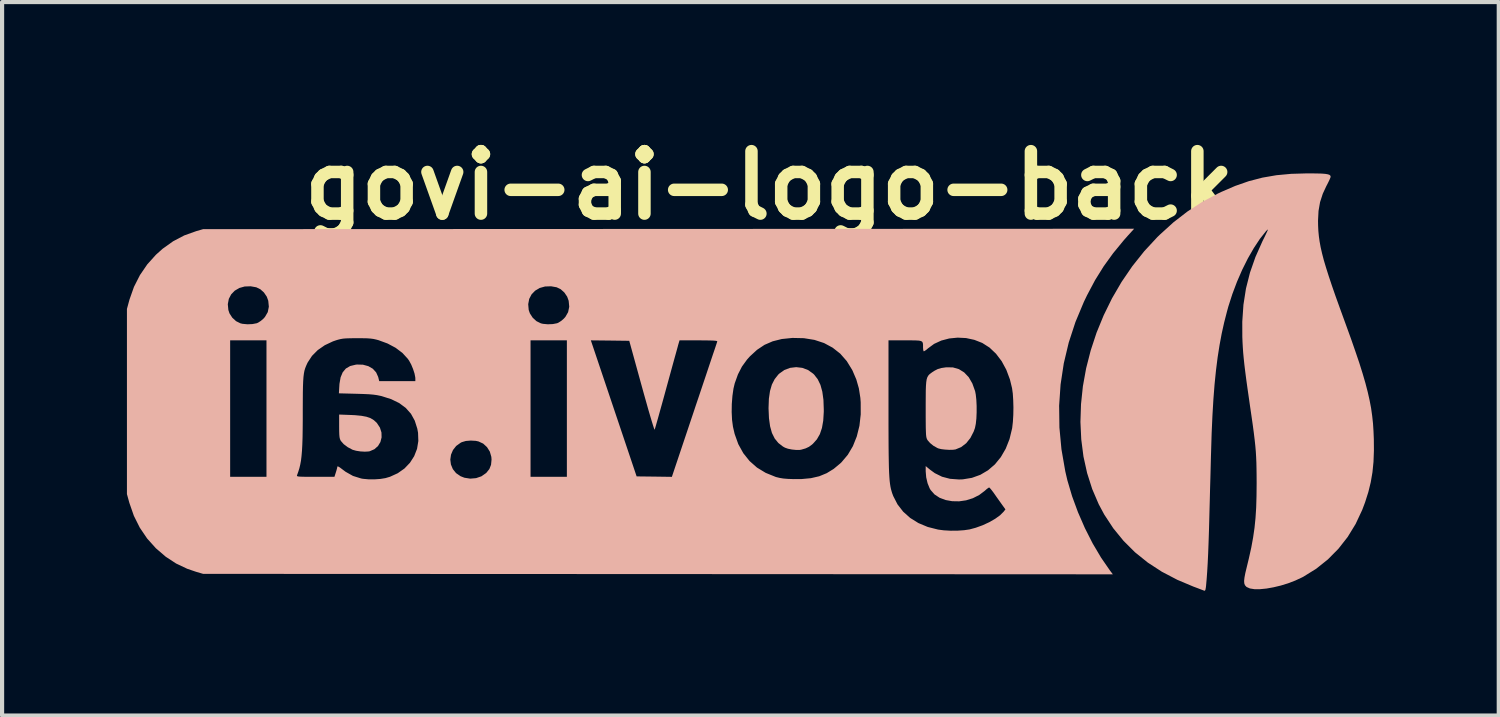
<source format=kicad_pcb>
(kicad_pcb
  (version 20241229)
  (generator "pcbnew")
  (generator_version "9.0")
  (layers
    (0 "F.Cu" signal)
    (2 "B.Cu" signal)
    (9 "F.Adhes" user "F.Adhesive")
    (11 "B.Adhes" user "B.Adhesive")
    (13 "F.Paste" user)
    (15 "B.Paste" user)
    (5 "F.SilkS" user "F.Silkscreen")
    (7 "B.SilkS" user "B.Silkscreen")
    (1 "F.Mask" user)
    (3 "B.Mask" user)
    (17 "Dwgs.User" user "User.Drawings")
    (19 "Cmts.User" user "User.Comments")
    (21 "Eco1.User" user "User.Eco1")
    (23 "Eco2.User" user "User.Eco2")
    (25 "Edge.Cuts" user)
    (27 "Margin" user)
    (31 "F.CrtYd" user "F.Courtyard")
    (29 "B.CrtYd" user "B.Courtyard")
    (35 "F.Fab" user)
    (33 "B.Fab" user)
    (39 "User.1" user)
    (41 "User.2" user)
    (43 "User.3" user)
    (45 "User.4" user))
  (footprint "govi-ai-logo-back"
    (layer "F.Cu")
    (at 14.985 6.704)
    (property "Reference" "govi-ai-logo-back" (at 0.45 -5.3 0) (layer "F.SilkS") (effects (font (size 1.5 1.5) (thickness 0.3))))
    (attr board_only exclude_from_pos_files exclude_from_bom)
    (fp_poly (pts (xy -9.886 0.49) (xy -9.885 0.609) (xy -9.882 0.694) (xy -9.876 0.754) (xy -9.866 0.796) (xy -9.85 0.831) (xy -9.844 0.841) (xy -9.778 0.917) (xy -9.682 0.99) (xy -9.567 1.051) (xy -9.56 1.054) (xy -9.478 1.077) (xy -9.375 1.093) (xy -9.27 1.099) (xy -9.179 1.094) (xy -9.152 1.089) (xy -9.039 1.04) (xy -8.952 0.963) (xy -8.894 0.866) (xy -8.866 0.755) (xy -8.869 0.638) (xy -8.906 0.521) (xy -8.978 0.411) (xy -8.984 0.404) (xy -9.052 0.342) (xy -9.131 0.294) (xy -9.228 0.26) (xy -9.351 0.237) (xy -9.506 0.222) (xy -9.593 0.218) (xy -9.886 0.207)) (stroke (width 0) (type solid)) (fill yes) (layer "B.SilkS"))
    (fp_poly (pts (xy 0.95 -0.915) (xy 0.811 -0.863) (xy 0.689 -0.776) (xy 0.667 -0.755) (xy 0.579 -0.644) (xy 0.512 -0.513) (xy 0.467 -0.358) (xy 0.44 -0.173) (xy 0.432 0.046) (xy 0.432 0.064) (xy 0.442 0.294) (xy 0.469 0.489) (xy 0.514 0.651) (xy 0.58 0.783) (xy 0.667 0.89) (xy 0.777 0.975) (xy 0.827 1.003) (xy 0.898 1.028) (xy 0.992 1.047) (xy 1.091 1.057) (xy 1.179 1.057) (xy 1.217 1.051) (xy 1.323 1.02) (xy 1.403 0.982) (xy 1.473 0.931) (xy 1.499 0.908) (xy 1.593 0.803) (xy 1.665 0.678) (xy 1.715 0.53) (xy 1.746 0.354) (xy 1.759 0.144) (xy 1.759 0.085) (xy 1.751 -0.146) (xy 1.724 -0.342) (xy 1.679 -0.506) (xy 1.613 -0.642) (xy 1.527 -0.753) (xy 1.504 -0.775) (xy 1.381 -0.863) (xy 1.243 -0.915) (xy 1.096 -0.932)) (stroke (width 0) (type solid)) (fill yes) (layer "B.SilkS"))
    (fp_poly (pts (xy 4.693 -0.927) (xy 4.583 -0.911) (xy 4.498 -0.886) (xy 4.42 -0.846) (xy 4.373 -0.816) (xy 4.33 -0.785) (xy 4.295 -0.757) (xy 4.268 -0.726) (xy 4.247 -0.688) (xy 4.231 -0.637) (xy 4.221 -0.57) (xy 4.214 -0.481) (xy 4.21 -0.366) (xy 4.209 -0.22) (xy 4.208 -0.038) (xy 4.208 0.064) (xy 4.208 0.254) (xy 4.209 0.406) (xy 4.21 0.525) (xy 4.213 0.616) (xy 4.216 0.684) (xy 4.221 0.732) (xy 4.228 0.767) (xy 4.237 0.793) (xy 4.248 0.814) (xy 4.251 0.82) (xy 4.311 0.89) (xy 4.395 0.958) (xy 4.489 1.011) (xy 4.513 1.021) (xy 4.582 1.038) (xy 4.674 1.049) (xy 4.775 1.055) (xy 4.866 1.053) (xy 4.925 1.045) (xy 5.06 0.989) (xy 5.181 0.896) (xy 5.282 0.77) (xy 5.361 0.616) (xy 5.392 0.529) (xy 5.412 0.43) (xy 5.426 0.301) (xy 5.432 0.154) (xy 5.432 0.001) (xy 5.425 -0.146) (xy 5.411 -0.274) (xy 5.395 -0.356) (xy 5.329 -0.54) (xy 5.242 -0.69) (xy 5.133 -0.805) (xy 5.006 -0.884) (xy 4.861 -0.926) (xy 4.701 -0.928)) (stroke (width 0) (type solid)) (fill yes) (layer "B.SilkS"))
    (fp_poly (pts (xy 12.991 -5.577) (xy 12.636 -5.544) (xy 12.3 -5.486) (xy 11.973 -5.401) (xy 11.646 -5.287) (xy 11.31 -5.142) (xy 11.22 -5.099) (xy 10.847 -4.899) (xy 10.496 -4.671) (xy 10.16 -4.411) (xy 9.833 -4.114) (xy 9.774 -4.057) (xy 9.46 -3.718) (xy 9.173 -3.358) (xy 8.914 -2.979) (xy 8.684 -2.584) (xy 8.484 -2.176) (xy 8.313 -1.759) (xy 8.173 -1.334) (xy 8.063 -0.904) (xy 7.985 -0.472) (xy 7.94 -0.042) (xy 7.926 0.385) (xy 7.946 0.805) (xy 7.999 1.216) (xy 8.087 1.614) (xy 8.209 1.997) (xy 8.366 2.363) (xy 8.498 2.609) (xy 8.716 2.941) (xy 8.963 3.243) (xy 9.238 3.517) (xy 9.545 3.764) (xy 9.883 3.984) (xy 10.254 4.178) (xy 10.638 4.34) (xy 10.732 4.375) (xy 10.813 4.406) (xy 10.871 4.428) (xy 10.896 4.438) (xy 10.916 4.44) (xy 10.929 4.419) (xy 10.939 4.369) (xy 10.945 4.318) (xy 10.959 4.159) (xy 10.972 3.98) (xy 10.984 3.777) (xy 10.995 3.545) (xy 11.005 3.281) (xy 11.015 2.981) (xy 11.021 2.759) (xy 11.027 2.527) (xy 11.034 2.268) (xy 11.041 1.993) (xy 11.049 1.717) (xy 11.056 1.452) (xy 11.062 1.211) (xy 11.065 1.118) (xy 11.079 0.655) (xy 11.098 0.231) (xy 11.121 -0.158) (xy 11.149 -0.518) (xy 11.183 -0.852) (xy 11.222 -1.163) (xy 11.268 -1.457) (xy 11.32 -1.737) (xy 11.38 -2.007) (xy 11.448 -2.271) (xy 11.48 -2.388) (xy 11.576 -2.687) (xy 11.688 -2.984) (xy 11.813 -3.272) (xy 11.949 -3.544) (xy 12.092 -3.793) (xy 12.238 -4.014) (xy 12.379 -4.192) (xy 12.408 -4.223) (xy 12.425 -4.239) (xy 12.429 -4.234) (xy 12.419 -4.206) (xy 12.394 -4.151) (xy 12.353 -4.065) (xy 12.299 -3.956) (xy 12.131 -3.578) (xy 12 -3.203) (xy 11.904 -2.823) (xy 11.843 -2.433) (xy 11.815 -2.025) (xy 11.816 -1.661) (xy 11.821 -1.532) (xy 11.828 -1.405) (xy 11.837 -1.276) (xy 11.85 -1.138) (xy 11.866 -0.987) (xy 11.887 -0.817) (xy 11.912 -0.624) (xy 11.943 -0.402) (xy 11.98 -0.145) (xy 11.999 -0.011) (xy 12.036 0.241) (xy 12.067 0.458) (xy 12.092 0.645) (xy 12.112 0.809) (xy 12.128 0.957) (xy 12.14 1.094) (xy 12.148 1.228) (xy 12.154 1.365) (xy 12.157 1.51) (xy 12.159 1.672) (xy 12.16 1.855) (xy 12.16 1.863) (xy 12.157 2.169) (xy 12.149 2.442) (xy 12.133 2.692) (xy 12.109 2.929) (xy 12.075 3.163) (xy 12.031 3.404) (xy 11.974 3.66) (xy 11.924 3.867) (xy 11.889 4.012) (xy 11.868 4.122) (xy 11.859 4.204) (xy 11.863 4.263) (xy 11.879 4.307) (xy 11.909 4.341) (xy 11.922 4.352) (xy 11.999 4.386) (xy 12.107 4.403) (xy 12.242 4.403) (xy 12.396 4.388) (xy 12.564 4.358) (xy 12.74 4.316) (xy 12.916 4.262) (xy 13.088 4.196) (xy 13.249 4.121) (xy 13.284 4.103) (xy 13.593 3.911) (xy 13.873 3.687) (xy 14.125 3.432) (xy 14.347 3.149) (xy 14.538 2.837) (xy 14.697 2.498) (xy 14.766 2.315) (xy 14.844 2.069) (xy 14.902 1.832) (xy 14.943 1.593) (xy 14.968 1.343) (xy 14.978 1.072) (xy 14.976 0.801) (xy 14.968 0.607) (xy 14.956 0.42) (xy 14.936 0.237) (xy 14.91 0.052) (xy 14.874 -0.137) (xy 14.829 -0.336) (xy 14.774 -0.548) (xy 14.707 -0.778) (xy 14.628 -1.03) (xy 14.534 -1.307) (xy 14.427 -1.615) (xy 14.303 -1.957) (xy 14.279 -2.023) (xy 14.161 -2.347) (xy 14.057 -2.636) (xy 13.968 -2.892) (xy 13.892 -3.12) (xy 13.828 -3.322) (xy 13.774 -3.503) (xy 13.732 -3.665) (xy 13.698 -3.814) (xy 13.673 -3.951) (xy 13.655 -4.08) (xy 13.643 -4.206) (xy 13.637 -4.332) (xy 13.635 -4.45) (xy 13.647 -4.685) (xy 13.684 -4.897) (xy 13.749 -5.098) (xy 13.832 -5.277) (xy 13.876 -5.362) (xy 13.911 -5.435) (xy 13.933 -5.487) (xy 13.938 -5.506) (xy 13.933 -5.531) (xy 13.912 -5.551) (xy 13.874 -5.565) (xy 13.811 -5.576) (xy 13.722 -5.583) (xy 13.6 -5.586) (xy 13.441 -5.588) (xy 13.374 -5.588)) (stroke (width 0) (type solid)) (fill yes) (layer "B.SilkS"))
    (fp_poly (pts (xy -1.969 -4.253) (xy -13.154 -4.248) (xy -13.32 -4.2) (xy -13.608 -4.097) (xy -13.876 -3.956) (xy -14.127 -3.777) (xy -14.288 -3.633) (xy -14.496 -3.402) (xy -14.673 -3.143) (xy -14.816 -2.861) (xy -14.923 -2.558) (xy -14.928 -2.54) (xy -14.985 -2.331) (xy -14.985 -0.106) (xy -14.985 2.118) (xy -14.926 2.331) (xy -14.818 2.641) (xy -14.676 2.925) (xy -14.5 3.185) (xy -14.291 3.418) (xy -14.288 3.421) (xy -14.053 3.623) (xy -13.804 3.786) (xy -13.536 3.913) (xy -13.325 3.985) (xy -13.154 4.035) (xy -2.225 4.04) (xy 8.705 4.046) (xy 8.636 3.955) (xy 8.422 3.645) (xy 8.219 3.302) (xy 8.033 2.935) (xy 7.867 2.554) (xy 7.725 2.168) (xy 7.612 1.786) (xy 7.562 1.571) (xy 7.47 1.042) (xy 7.421 0.518) (xy 7.415 0.038) (xy 6.316 0.038) (xy 6.313 0.215) (xy 6.303 0.381) (xy 6.287 0.523) (xy 6.284 0.542) (xy 6.222 0.797) (xy 6.131 1.027) (xy 6.013 1.23) (xy 5.871 1.404) (xy 5.706 1.546) (xy 5.521 1.655) (xy 5.318 1.728) (xy 5.099 1.764) (xy 5.007 1.767) (xy 4.792 1.751) (xy 4.601 1.701) (xy 4.427 1.615) (xy 4.309 1.529) (xy 4.208 1.445) (xy 4.208 1.57) (xy 4.22 1.715) (xy 4.253 1.857) (xy 4.303 1.98) (xy 4.327 2.021) (xy 4.421 2.127) (xy 4.543 2.207) (xy 4.687 2.261) (xy 4.844 2.289) (xy 5.011 2.292) (xy 5.179 2.268) (xy 5.342 2.217) (xy 5.494 2.14) (xy 5.623 2.043) (xy 5.675 1.997) (xy 5.716 1.967) (xy 5.733 1.959) (xy 5.753 1.976) (xy 5.79 2.02) (xy 5.837 2.082) (xy 5.852 2.103) (xy 5.914 2.192) (xy 5.981 2.286) (xy 6.038 2.366) (xy 6.124 2.486) (xy 6.079 2.543) (xy 5.995 2.627) (xy 5.877 2.712) (xy 5.734 2.794) (xy 5.576 2.867) (xy 5.41 2.927) (xy 5.262 2.967) (xy 5.131 2.986) (xy 4.973 2.997) (xy 4.806 2.998) (xy 4.644 2.989) (xy 4.506 2.971) (xy 4.257 2.908) (xy 4.032 2.814) (xy 3.835 2.691) (xy 3.666 2.54) (xy 3.53 2.364) (xy 3.428 2.165) (xy 3.402 2.096) (xy 3.387 2.046) (xy 3.373 1.995) (xy 3.361 1.938) (xy 3.351 1.874) (xy 3.342 1.799) (xy 3.335 1.709) (xy 3.329 1.603) (xy 3.324 1.476) (xy 3.321 1.326) (xy 3.318 1.15) (xy 3.316 0.944) (xy 3.315 0.707) (xy 3.314 0.433) (xy 3.314 0.203) (xy 2.647 0.203) (xy 2.616 0.477) (xy 2.552 0.733) (xy 2.459 0.966) (xy 2.336 1.174) (xy 2.185 1.353) (xy 2.159 1.378) (xy 1.997 1.513) (xy 1.829 1.616) (xy 1.649 1.69) (xy 1.449 1.736) (xy 1.224 1.757) (xy 1.036 1.758) (xy 0.896 1.753) (xy 0.787 1.744) (xy 0.697 1.729) (xy 0.615 1.709) (xy 0.6 1.704) (xy 0.363 1.608) (xy 0.154 1.481) (xy -0.025 1.323) (xy -0.175 1.135) (xy -0.295 0.918) (xy -0.383 0.672) (xy -0.423 0.5) (xy -0.445 0.336) (xy -0.454 0.148) (xy -0.451 -0.048) (xy -0.436 -0.241) (xy -0.411 -0.416) (xy -0.381 -0.542) (xy -0.303 -0.759) (xy -0.207 -0.946) (xy -0.085 -1.114) (xy -0.015 -1.192) (xy 0.155 -1.348) (xy 0.335 -1.468) (xy 0.522 -1.549) (xy -0.8 -1.549) (xy -0.8 -1.549) (xy -0.808 -1.525) (xy -0.828 -1.464) (xy -0.86 -1.368) (xy -0.903 -1.242) (xy -0.955 -1.087) (xy -1.015 -0.908) (xy -1.082 -0.707) (xy -1.156 -0.487) (xy -1.235 -0.251) (xy -1.319 -0.003) (xy -1.35 0.091) (xy -1.891 1.704) (xy -2.315 1.698) (xy -2.738 1.693) (xy -3.288 0.058) (xy -3.838 -1.576) (xy -4.414 -1.576) (xy -4.414 0.064) (xy -4.414 1.703) (xy -4.851 1.703) (xy -5.287 1.703) (xy -5.287 1.288) (xy -6.224 1.288) (xy -6.236 1.414) (xy -6.276 1.516) (xy -6.349 1.607) (xy -6.357 1.614) (xy -6.467 1.691) (xy -6.596 1.735) (xy -6.736 1.747) (xy -6.876 1.725) (xy -6.968 1.689) (xy -7.077 1.614) (xy -7.154 1.518) (xy -7.2 1.407) (xy -7.215 1.289) (xy -7.198 1.171) (xy -7.151 1.06) (xy -7.074 0.962) (xy -6.966 0.884) (xy -6.938 0.87) (xy -6.842 0.842) (xy -7.983 0.842) (xy -8.014 1.031) (xy -8.083 1.207) (xy -8.185 1.366) (xy -8.317 1.504) (xy -8.478 1.617) (xy -8.664 1.702) (xy -8.773 1.734) (xy -8.894 1.754) (xy -9.037 1.764) (xy -9.183 1.763) (xy -9.314 1.751) (xy -9.358 1.743) (xy -9.553 1.682) (xy -9.731 1.582) (xy -9.807 1.525) (xy -9.868 1.479) (xy -9.911 1.454) (xy -9.929 1.454) (xy -9.929 1.456) (xy -9.935 1.492) (xy -9.951 1.552) (xy -9.964 1.594) (xy -9.999 1.703) (xy -10.456 1.703) (xy -10.607 1.703) (xy -10.72 1.702) (xy -10.8 1.7) (xy -10.854 1.697) (xy -10.885 1.691) (xy -10.899 1.683) (xy -10.9 1.672) (xy -10.898 1.666) (xy -10.868 1.582) (xy -10.842 1.499) (xy -10.821 1.411) (xy -10.803 1.315) (xy -10.79 1.206) (xy -10.779 1.079) (xy -10.771 0.931) (xy -10.765 0.757) (xy -10.762 0.553) (xy -10.76 0.314) (xy -10.76 0.084) (xy -10.759 -0.137) (xy -10.758 -0.321) (xy -10.755 -0.472) (xy -10.75 -0.596) (xy -10.743 -0.696) (xy -10.733 -0.777) (xy -10.72 -0.846) (xy -10.702 -0.906) (xy -10.68 -0.962) (xy -10.654 -1.02) (xy -10.641 -1.046) (xy -10.538 -1.203) (xy -10.4 -1.342) (xy -10.231 -1.459) (xy -10.036 -1.551) (xy -9.984 -1.569) (xy -9.964 -1.576) (xy -11.632 -1.576) (xy -11.632 0.064) (xy -11.632 1.703) (xy -12.069 1.703) (xy -12.505 1.703) (xy -12.505 0.064) (xy -12.505 -1.576) (xy -12.069 -1.576) (xy -11.632 -1.576) (xy -9.964 -1.576) (xy -9.915 -1.591) (xy -9.855 -1.606) (xy -9.793 -1.617) (xy -9.721 -1.623) (xy -9.627 -1.626) (xy -9.503 -1.628) (xy -9.46 -1.628) (xy -9.322 -1.627) (xy -9.216 -1.625) (xy -9.133 -1.619) (xy -9.063 -1.61) (xy -8.996 -1.595) (xy -8.94 -1.58) (xy -8.722 -1.5) (xy -8.529 -1.397) (xy -8.365 -1.273) (xy -8.236 -1.132) (xy -8.204 -1.086) (xy -8.154 -0.994) (xy -8.11 -0.887) (xy -8.075 -0.78) (xy -8.057 -0.688) (xy -8.055 -0.658) (xy -8.055 -0.596) (xy -8.489 -0.596) (xy -8.923 -0.596) (xy -8.948 -0.697) (xy -8.997 -0.806) (xy -9.077 -0.894) (xy -9.185 -0.956) (xy -9.314 -0.991) (xy -9.458 -0.995) (xy -9.489 -0.991) (xy -9.621 -0.959) (xy -9.724 -0.899) (xy -9.8 -0.809) (xy -9.851 -0.687) (xy -9.878 -0.532) (xy -9.881 -0.488) (xy -9.892 -0.303) (xy -9.469 -0.292) (xy -9.304 -0.287) (xy -9.173 -0.281) (xy -9.068 -0.272) (xy -8.98 -0.26) (xy -8.901 -0.244) (xy -8.866 -0.236) (xy -8.636 -0.163) (xy -8.443 -0.069) (xy -8.285 0.048) (xy -8.16 0.189) (xy -8.069 0.354) (xy -8.008 0.546) (xy -7.99 0.645) (xy -7.983 0.842) (xy -6.842 0.842) (xy -6.841 0.842) (xy -6.724 0.832) (xy -6.603 0.839) (xy -6.538 0.853) (xy -6.425 0.905) (xy -6.333 0.99) (xy -6.265 1.098) (xy -6.229 1.223) (xy -6.224 1.288) (xy -5.287 1.288) (xy -5.287 0.064) (xy -5.287 -1.576) (xy -4.851 -1.576) (xy -4.414 -1.576) (xy -3.838 -1.576) (xy -3.838 -1.576) (xy -3.377 -1.571) (xy -2.915 -1.565) (xy -2.617 -0.484) (xy -2.56 -0.278) (xy -2.506 -0.087) (xy -2.457 0.088) (xy -2.412 0.241) (xy -2.374 0.369) (xy -2.343 0.469) (xy -2.321 0.537) (xy -2.308 0.569) (xy -2.305 0.57) (xy -2.297 0.545) (xy -2.278 0.482) (xy -2.251 0.387) (xy -2.216 0.264) (xy -2.175 0.116) (xy -2.128 -0.052) (xy -2.077 -0.236) (xy -2.031 -0.405) (xy -1.977 -0.602) (xy -1.925 -0.791) (xy -1.877 -0.966) (xy -1.834 -1.122) (xy -1.797 -1.255) (xy -1.768 -1.36) (xy -1.748 -1.433) (xy -1.74 -1.464) (xy -1.707 -1.576) (xy -1.249 -1.576) (xy -1.092 -1.575) (xy -0.973 -1.573) (xy -0.889 -1.57) (xy -0.834 -1.565) (xy -0.806 -1.558) (xy -0.8 -1.549) (xy 0.522 -1.549) (xy 0.531 -1.553) (xy 0.75 -1.608) (xy 0.995 -1.633) (xy 1.005 -1.634) (xy 1.281 -1.628) (xy 1.535 -1.587) (xy 1.766 -1.511) (xy 1.972 -1.4) (xy 2.155 -1.256) (xy 2.311 -1.078) (xy 2.44 -0.868) (xy 2.451 -0.846) (xy 2.541 -0.636) (xy 2.602 -0.423) (xy 2.638 -0.194) (xy 2.646 -0.086) (xy 2.647 0.203) (xy 3.314 0.203) (xy 3.314 0.121) (xy 3.314 0.017) (xy 3.314 -1.576) (xy 3.716 -1.576) (xy 3.861 -1.576) (xy 3.969 -1.574) (xy 4.046 -1.57) (xy 4.096 -1.559) (xy 4.125 -1.541) (xy 4.139 -1.512) (xy 4.144 -1.472) (xy 4.144 -1.416) (xy 4.144 -1.403) (xy 4.148 -1.349) (xy 4.157 -1.315) (xy 4.158 -1.313) (xy 4.18 -1.319) (xy 4.222 -1.348) (xy 4.263 -1.383) (xy 4.41 -1.491) (xy 4.583 -1.571) (xy 4.773 -1.621) (xy 4.974 -1.641) (xy 5.178 -1.631) (xy 5.377 -1.588) (xy 5.566 -1.514) (xy 5.568 -1.513) (xy 5.742 -1.402) (xy 5.897 -1.255) (xy 6.033 -1.076) (xy 6.145 -0.869) (xy 6.232 -0.636) (xy 6.283 -0.427) (xy 6.301 -0.296) (xy 6.311 -0.137) (xy 6.316 0.038) (xy 7.415 0.038) (xy 7.414 -0.002) (xy 7.449 -0.515) (xy 7.526 -1.023) (xy 7.645 -1.523) (xy 7.806 -2.016) (xy 7.96 -2.384) (xy -4.357 -2.384) (xy -4.384 -2.254) (xy -4.45 -2.139) (xy -4.487 -2.098) (xy -4.549 -2.044) (xy -4.615 -2.002) (xy -4.649 -1.987) (xy -4.752 -1.967) (xy -4.873 -1.962) (xy -4.989 -1.973) (xy -5.04 -1.985) (xy -5.145 -2.037) (xy -5.236 -2.121) (xy -5.303 -2.225) (xy -5.331 -2.305) (xy -5.338 -2.384) (xy -11.575 -2.384) (xy -11.601 -2.254) (xy -11.668 -2.139) (xy -11.704 -2.098) (xy -11.767 -2.044) (xy -11.832 -2.002) (xy -11.866 -1.987) (xy -11.97 -1.967) (xy -12.09 -1.962) (xy -12.207 -1.973) (xy -12.258 -1.985) (xy -12.363 -2.037) (xy -12.454 -2.121) (xy -12.521 -2.225) (xy -12.548 -2.305) (xy -12.561 -2.445) (xy -12.537 -2.572) (xy -12.48 -2.681) (xy -12.395 -2.769) (xy -12.285 -2.834) (xy -12.156 -2.87) (xy -12.012 -2.875) (xy -11.877 -2.851) (xy -11.78 -2.804) (xy -11.693 -2.726) (xy -11.625 -2.626) (xy -11.589 -2.527) (xy -11.575 -2.384) (xy -5.338 -2.384) (xy -5.343 -2.445) (xy -5.319 -2.572) (xy -5.262 -2.681) (xy -5.177 -2.769) (xy -5.068 -2.834) (xy -4.939 -2.87) (xy -4.794 -2.875) (xy -4.659 -2.851) (xy -4.562 -2.804) (xy -4.475 -2.726) (xy -4.407 -2.626) (xy -4.371 -2.527) (xy -4.357 -2.384) (xy 7.96 -2.384) (xy 8.009 -2.501) (xy 8.086 -2.661) (xy 8.277 -3.021) (xy 8.484 -3.354) (xy 8.713 -3.671) (xy 8.972 -3.986) (xy 9.058 -4.083) (xy 9.217 -4.258)) (stroke (width 0) (type solid)) (fill yes) (layer "B.SilkS")))
  (gr_rect
    (start -3 -3)
    (end 32.963 14.144)
    (stroke (width 0.1) (type default))
    (fill no)
    (layer "Edge.Cuts")))
</source>
